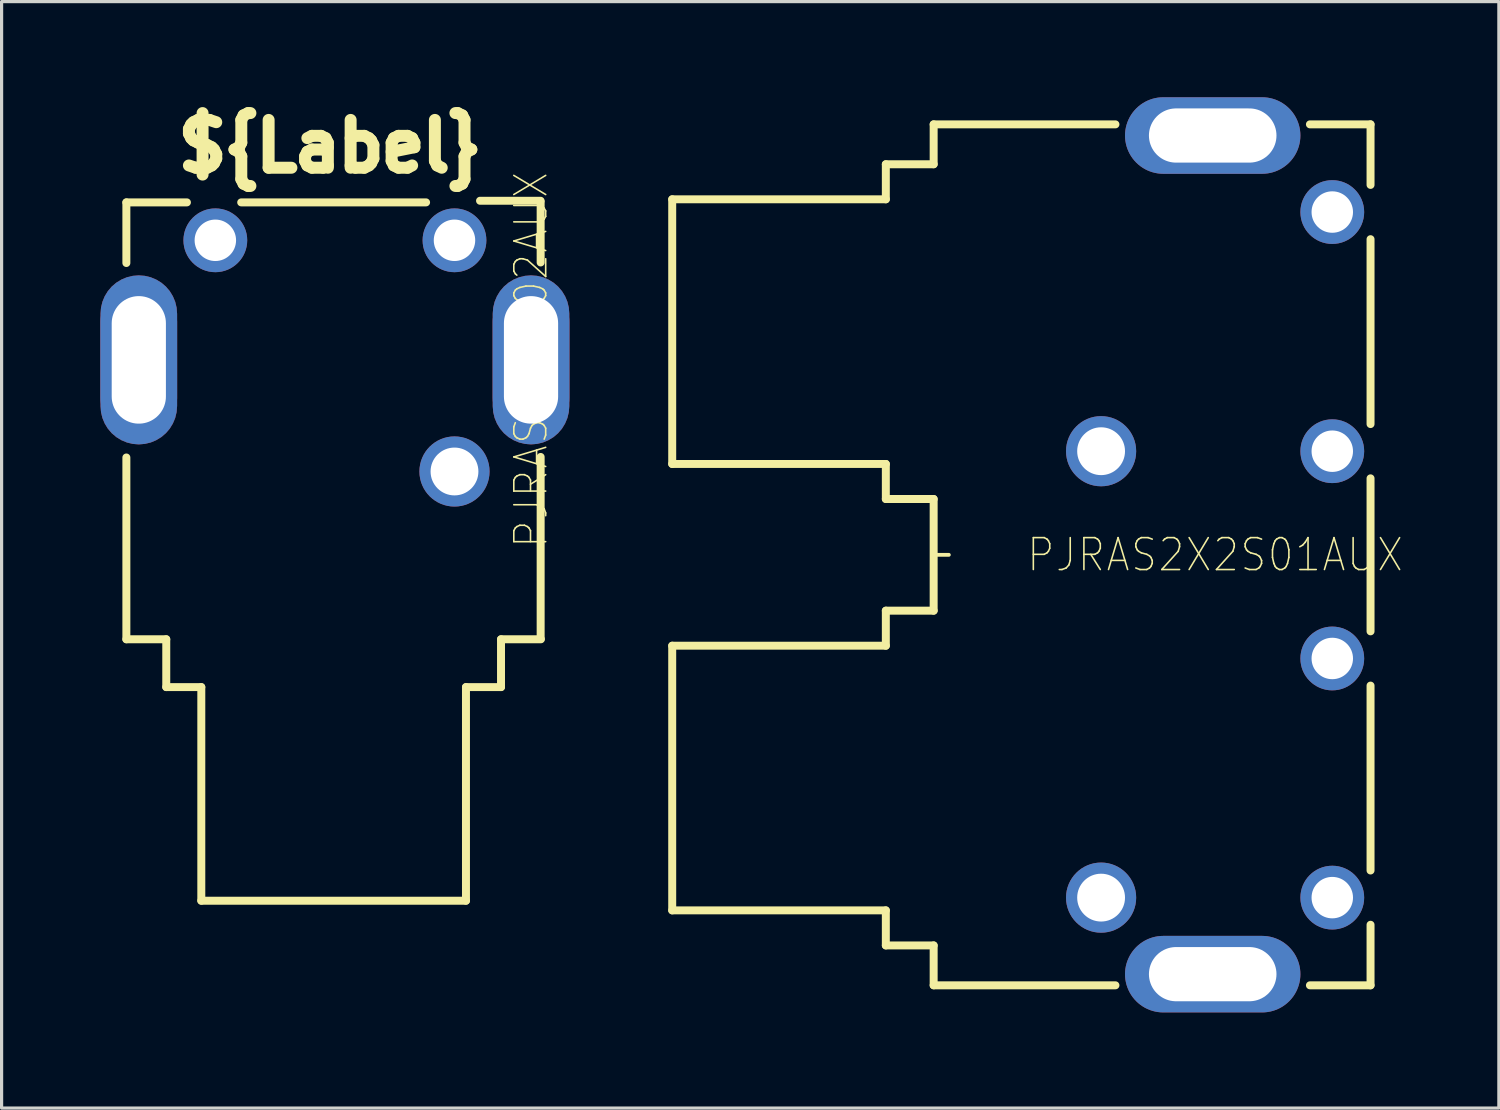
<source format=kicad_pcb>
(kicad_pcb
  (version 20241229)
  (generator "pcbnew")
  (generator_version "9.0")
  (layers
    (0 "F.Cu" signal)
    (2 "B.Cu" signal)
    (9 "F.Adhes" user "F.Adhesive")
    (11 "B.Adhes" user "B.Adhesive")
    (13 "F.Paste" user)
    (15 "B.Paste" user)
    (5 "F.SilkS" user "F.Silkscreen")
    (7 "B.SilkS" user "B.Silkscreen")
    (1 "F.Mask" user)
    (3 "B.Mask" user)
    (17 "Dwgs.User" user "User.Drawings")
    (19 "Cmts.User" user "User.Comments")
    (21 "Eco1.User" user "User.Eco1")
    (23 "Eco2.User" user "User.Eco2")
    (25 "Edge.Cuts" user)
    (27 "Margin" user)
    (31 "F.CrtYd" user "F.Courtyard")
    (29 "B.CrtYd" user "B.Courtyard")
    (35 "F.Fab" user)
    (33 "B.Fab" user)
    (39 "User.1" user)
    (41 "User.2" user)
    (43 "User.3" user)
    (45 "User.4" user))
  (footprint "PJRAS1X2S02AUX"
    (layer "F.Cu")
    (at 7.453 16.986)
    (property "Reference" "PJRAS1X2S02AUX" (at 6.15 -8.75 90) (layer "F.SilkS") (effects (font (size 1 0.9) (thickness 0.05))))
    (attr through_hole)
    (fp_poly (pts (xy -7.349 -7.3) (xy -7.334 -7.112) (xy -7.29 -6.929) (xy -7.218 -6.756) (xy -7.12 -6.595) (xy -6.998 -6.452) (xy -6.855 -6.33) (xy -6.694 -6.232) (xy -6.521 -6.16) (xy -6.338 -6.116) (xy -6.15 -6.101) (xy -5.962 -6.116) (xy -5.779 -6.16) (xy -5.606 -6.232) (xy -5.445 -6.33) (xy -5.302 -6.452) (xy -5.18 -6.595) (xy -5.082 -6.756) (xy -5.01 -6.929) (xy -4.966 -7.112) (xy -4.951 -7.3) (xy -4.951 -10.2) (xy -4.966 -10.388) (xy -5.01 -10.571) (xy -5.082 -10.744) (xy -5.18 -10.905) (xy -5.302 -11.048) (xy -5.445 -11.17) (xy -5.606 -11.268) (xy -5.779 -11.34) (xy -5.962 -11.384) (xy -6.15 -11.399) (xy -6.338 -11.384) (xy -6.521 -11.34) (xy -6.694 -11.268) (xy -6.855 -11.17) (xy -6.998 -11.048) (xy -7.12 -10.905) (xy -7.218 -10.744) (xy -7.29 -10.571) (xy -7.334 -10.388) (xy -7.349 -10.2)) (stroke (width 0.002) (type solid)) (fill yes) (layer "F.Cu"))
    (fp_poly (pts (xy 4.951 -7.3) (xy 4.966 -7.112) (xy 5.01 -6.929) (xy 5.082 -6.756) (xy 5.18 -6.595) (xy 5.302 -6.452) (xy 5.445 -6.33) (xy 5.606 -6.232) (xy 5.779 -6.16) (xy 5.962 -6.116) (xy 6.15 -6.101) (xy 6.338 -6.116) (xy 6.521 -6.16) (xy 6.694 -6.232) (xy 6.855 -6.33) (xy 6.998 -6.452) (xy 7.12 -6.595) (xy 7.218 -6.756) (xy 7.29 -6.929) (xy 7.334 -7.112) (xy 7.349 -7.3) (xy 7.349 -10.2) (xy 7.334 -10.388) (xy 7.29 -10.571) (xy 7.218 -10.744) (xy 7.12 -10.905) (xy 6.998 -11.048) (xy 6.855 -11.17) (xy 6.694 -11.268) (xy 6.521 -11.34) (xy 6.338 -11.384) (xy 6.15 -11.399) (xy 5.962 -11.384) (xy 5.779 -11.34) (xy 5.606 -11.268) (xy 5.445 -11.17) (xy 5.302 -11.048) (xy 5.18 -10.905) (xy 5.082 -10.744) (xy 5.01 -10.571) (xy 4.966 -10.388) (xy 4.951 -10.2)) (stroke (width 0.002) (type solid)) (fill yes) (layer "F.Cu"))
    (fp_poly (pts (xy -7.452 -7.3) (xy -7.436 -7.096) (xy -7.388 -6.898) (xy -7.31 -6.709) (xy -7.203 -6.535) (xy -7.07 -6.38) (xy -6.915 -6.247) (xy -6.741 -6.14) (xy -6.552 -6.062) (xy -6.354 -6.014) (xy -6.15 -5.998) (xy -5.946 -6.014) (xy -5.748 -6.062) (xy -5.559 -6.14) (xy -5.385 -6.247) (xy -5.23 -6.38) (xy -5.097 -6.535) (xy -4.99 -6.709) (xy -4.912 -6.898) (xy -4.864 -7.096) (xy -4.848 -7.3) (xy -4.848 -10.2) (xy -4.864 -10.404) (xy -4.912 -10.602) (xy -4.99 -10.791) (xy -5.097 -10.965) (xy -5.23 -11.12) (xy -5.385 -11.253) (xy -5.559 -11.36) (xy -5.748 -11.438) (xy -5.946 -11.486) (xy -6.15 -11.502) (xy -6.354 -11.486) (xy -6.552 -11.438) (xy -6.741 -11.36) (xy -6.915 -11.253) (xy -7.07 -11.12) (xy -7.203 -10.965) (xy -7.31 -10.791) (xy -7.388 -10.602) (xy -7.436 -10.404) (xy -7.452 -10.2)) (stroke (width 0.002) (type solid)) (fill yes) (layer "F.Mask"))
    (fp_poly (pts (xy 4.848 -7.3) (xy 4.864 -7.096) (xy 4.912 -6.898) (xy 4.99 -6.709) (xy 5.097 -6.535) (xy 5.23 -6.38) (xy 5.385 -6.247) (xy 5.559 -6.14) (xy 5.748 -6.062) (xy 5.946 -6.014) (xy 6.15 -5.998) (xy 6.354 -6.014) (xy 6.552 -6.062) (xy 6.741 -6.14) (xy 6.915 -6.247) (xy 7.07 -6.38) (xy 7.203 -6.535) (xy 7.31 -6.709) (xy 7.388 -6.898) (xy 7.436 -7.096) (xy 7.452 -7.3) (xy 7.452 -10.2) (xy 7.436 -10.404) (xy 7.388 -10.602) (xy 7.31 -10.791) (xy 7.203 -10.965) (xy 7.07 -11.12) (xy 6.915 -11.253) (xy 6.741 -11.36) (xy 6.552 -11.438) (xy 6.354 -11.486) (xy 6.15 -11.502) (xy 5.946 -11.486) (xy 5.748 -11.438) (xy 5.559 -11.36) (xy 5.385 -11.253) (xy 5.23 -11.12) (xy 5.097 -10.965) (xy 4.99 -10.791) (xy 4.912 -10.602) (xy 4.864 -10.404) (xy 4.848 -10.2)) (stroke (width 0.002) (type solid)) (fill yes) (layer "F.Mask"))
    (fp_poly (pts (xy -7.349 -7.3) (xy -7.334 -7.112) (xy -7.29 -6.929) (xy -7.218 -6.756) (xy -7.12 -6.595) (xy -6.998 -6.452) (xy -6.855 -6.33) (xy -6.694 -6.232) (xy -6.521 -6.16) (xy -6.338 -6.116) (xy -6.15 -6.101) (xy -5.962 -6.116) (xy -5.779 -6.16) (xy -5.606 -6.232) (xy -5.445 -6.33) (xy -5.302 -6.452) (xy -5.18 -6.595) (xy -5.082 -6.756) (xy -5.01 -6.929) (xy -4.966 -7.112) (xy -4.951 -7.3) (xy -4.951 -10.2) (xy -4.966 -10.388) (xy -5.01 -10.571) (xy -5.082 -10.744) (xy -5.18 -10.905) (xy -5.302 -11.048) (xy -5.445 -11.17) (xy -5.606 -11.268) (xy -5.779 -11.34) (xy -5.962 -11.384) (xy -6.15 -11.399) (xy -6.338 -11.384) (xy -6.521 -11.34) (xy -6.694 -11.268) (xy -6.855 -11.17) (xy -6.998 -11.048) (xy -7.12 -10.905) (xy -7.218 -10.744) (xy -7.29 -10.571) (xy -7.334 -10.388) (xy -7.349 -10.2)) (stroke (width 0.002) (type solid)) (fill yes) (layer "B.Cu"))
    (fp_poly (pts (xy 4.951 -7.3) (xy 4.966 -7.112) (xy 5.01 -6.929) (xy 5.082 -6.756) (xy 5.18 -6.595) (xy 5.302 -6.452) (xy 5.445 -6.33) (xy 5.606 -6.232) (xy 5.779 -6.16) (xy 5.962 -6.116) (xy 6.15 -6.101) (xy 6.338 -6.116) (xy 6.521 -6.16) (xy 6.694 -6.232) (xy 6.855 -6.33) (xy 6.998 -6.452) (xy 7.12 -6.595) (xy 7.218 -6.756) (xy 7.29 -6.929) (xy 7.334 -7.112) (xy 7.349 -7.3) (xy 7.349 -10.2) (xy 7.334 -10.388) (xy 7.29 -10.571) (xy 7.218 -10.744) (xy 7.12 -10.905) (xy 6.998 -11.048) (xy 6.855 -11.17) (xy 6.694 -11.268) (xy 6.521 -11.34) (xy 6.338 -11.384) (xy 6.15 -11.399) (xy 5.962 -11.384) (xy 5.779 -11.34) (xy 5.606 -11.268) (xy 5.445 -11.17) (xy 5.302 -11.048) (xy 5.18 -10.905) (xy 5.082 -10.744) (xy 5.01 -10.571) (xy 4.966 -10.388) (xy 4.951 -10.2)) (stroke (width 0.002) (type solid)) (fill yes) (layer "B.Cu"))
    (fp_poly (pts (xy -7.452 -7.3) (xy -7.436 -7.096) (xy -7.388 -6.898) (xy -7.31 -6.709) (xy -7.203 -6.535) (xy -7.07 -6.38) (xy -6.915 -6.247) (xy -6.741 -6.14) (xy -6.552 -6.062) (xy -6.354 -6.014) (xy -6.15 -5.998) (xy -5.946 -6.014) (xy -5.748 -6.062) (xy -5.559 -6.14) (xy -5.385 -6.247) (xy -5.23 -6.38) (xy -5.097 -6.535) (xy -4.99 -6.709) (xy -4.912 -6.898) (xy -4.864 -7.096) (xy -4.848 -7.3) (xy -4.848 -10.2) (xy -4.864 -10.404) (xy -4.912 -10.602) (xy -4.99 -10.791) (xy -5.097 -10.965) (xy -5.23 -11.12) (xy -5.385 -11.253) (xy -5.559 -11.36) (xy -5.748 -11.438) (xy -5.946 -11.486) (xy -6.15 -11.502) (xy -6.354 -11.486) (xy -6.552 -11.438) (xy -6.741 -11.36) (xy -6.915 -11.253) (xy -7.07 -11.12) (xy -7.203 -10.965) (xy -7.31 -10.791) (xy -7.388 -10.602) (xy -7.436 -10.404) (xy -7.452 -10.2)) (stroke (width 0.002) (type solid)) (fill yes) (layer "B.Mask"))
    (fp_poly (pts (xy 4.848 -7.3) (xy 4.864 -7.096) (xy 4.912 -6.898) (xy 4.99 -6.709) (xy 5.097 -6.535) (xy 5.23 -6.38) (xy 5.385 -6.247) (xy 5.559 -6.14) (xy 5.748 -6.062) (xy 5.946 -6.014) (xy 6.15 -5.998) (xy 6.354 -6.014) (xy 6.552 -6.062) (xy 6.741 -6.14) (xy 6.915 -6.247) (xy 7.07 -6.38) (xy 7.203 -6.535) (xy 7.31 -6.709) (xy 7.388 -6.898) (xy 7.436 -7.096) (xy 7.452 -7.3) (xy 7.452 -10.2) (xy 7.436 -10.404) (xy 7.388 -10.602) (xy 7.31 -10.791) (xy 7.203 -10.965) (xy 7.07 -11.12) (xy 6.915 -11.253) (xy 6.741 -11.36) (xy 6.552 -11.438) (xy 6.354 -11.486) (xy 6.15 -11.502) (xy 5.946 -11.486) (xy 5.748 -11.438) (xy 5.559 -11.36) (xy 5.385 -11.253) (xy 5.23 -11.12) (xy 5.097 -10.965) (xy 4.99 -10.791) (xy 4.912 -10.602) (xy 4.864 -10.404) (xy 4.848 -10.2)) (stroke (width 0.002) (type solid)) (fill yes) (layer "B.Mask"))
    (fp_line (start -6.54 -13.689) (end -4.641 -13.689) (stroke (width 0.25) (type solid)) (layer "F.SilkS"))
    (fp_line (start -6.54 -11.788) (end -6.54 -13.689) (stroke (width 0.25) (type solid)) (layer "F.SilkS"))
    (fp_line (start -6.54 0.012) (end -6.54 -5.689) (stroke (width 0.25) (type solid)) (layer "F.SilkS"))
    (fp_line (start -5.289 0.012) (end -6.54 0.012) (stroke (width 0.25) (type solid)) (layer "F.SilkS"))
    (fp_line (start -5.289 1.512) (end -5.289 0.012) (stroke (width 0.25) (type solid)) (layer "F.SilkS"))
    (fp_line (start -4.19 1.512) (end -5.289 1.512) (stroke (width 0.25) (type solid)) (layer "F.SilkS"))
    (fp_line (start -4.19 8.211) (end -4.19 1.512) (stroke (width 0.25) (type solid)) (layer "F.SilkS"))
    (fp_line (start -4.19 8.211) (end 4.11 8.211) (stroke (width 0.25) (type solid)) (layer "F.SilkS"))
    (fp_line (start 2.859 -13.689) (end -2.939 -13.689) (stroke (width 0.25) (type solid)) (layer "F.SilkS"))
    (fp_line (start 4.11 8.211) (end 4.11 1.512) (stroke (width 0.25) (type solid)) (layer "F.SilkS"))
    (fp_line (start 4.551 -13.74) (end 6.45 -13.74) (stroke (width 0.25) (type solid)) (layer "F.SilkS"))
    (fp_line (start 5.209 0.012) (end 6.46 0.012) (stroke (width 0.25) (type solid)) (layer "F.SilkS"))
    (fp_line (start 5.209 1.512) (end 4.11 1.512) (stroke (width 0.25) (type solid)) (layer "F.SilkS"))
    (fp_line (start 5.209 1.512) (end 5.209 0.012) (stroke (width 0.25) (type solid)) (layer "F.SilkS"))
    (fp_line (start 6.452 -11.805) (end 6.452 -13.706) (stroke (width 0.25) (type solid)) (layer "F.SilkS"))
    (fp_line (start 6.452 -0.005) (end 6.452 -5.706) (stroke (width 0.25) (type solid)) (layer "F.SilkS"))
    (fp_text user "${Label}" (at -0.15 -15.45 0) (layer "F.SilkS") (effects (font (size 1.5 1.5) (thickness 0.375))))
    (pad "1" thru_hole oval (at -6.15 -8.75 90) (size 4.8 2.4) (drill oval 4 1.7) (layers "*.Cu" "*.Mask"))
    (pad "1S" thru_hole circle (at 3.75 -5.25 90) (size 2.2 2.2) (drill 1.5) (layers "*.Cu" "*.Mask"))
    (pad "1T1" thru_hole circle (at -3.75 -12.5 90) (size 2 2) (drill 1.3) (layers "*.Cu" "*.Mask"))
    (pad "1T2" thru_hole circle (at 3.75 -12.5 90) (size 2 2) (drill 1.3) (layers "*.Cu" "*.Mask"))
    (pad "2" thru_hole oval (at 6.15 -8.75 90) (size 4.8 2.4) (drill oval 4 1.7) (layers "*.Cu" "*.Mask")))
  (footprint "PJRAS2X2S01AUX"
    (layer "F.Cu")
    (at 35.056 14.35)
    (property "Reference" "PJRAS2X2S01AUX" (at 0 0 0) (layer "F.SilkS") (effects (font (size 1 0.9) (thickness 0.05))))
    (attr through_hole)
    (fp_line (start -17.025 -11.15) (end -17.025 -2.85) (stroke (width 0.25) (type solid)) (layer "F.SilkS"))
    (fp_line (start -17.025 -11.15) (end -10.326 -11.15) (stroke (width 0.25) (type solid)) (layer "F.SilkS"))
    (fp_line (start -17.025 -2.85) (end -10.326 -2.85) (stroke (width 0.25) (type solid)) (layer "F.SilkS"))
    (fp_line (start -17.025 2.85) (end -17.025 11.15) (stroke (width 0.25) (type solid)) (layer "F.SilkS"))
    (fp_line (start -17.025 11.15) (end -10.326 11.15) (stroke (width 0.25) (type solid)) (layer "F.SilkS"))
    (fp_line (start -10.326 -12.249) (end -8.826 -12.249) (stroke (width 0.25) (type solid)) (layer "F.SilkS"))
    (fp_line (start -10.326 -11.15) (end -10.326 -12.249) (stroke (width 0.25) (type solid)) (layer "F.SilkS"))
    (fp_line (start -10.326 -1.751) (end -10.326 -2.85) (stroke (width 0.25) (type solid)) (layer "F.SilkS"))
    (fp_line (start -10.326 -1.751) (end -8.826 -1.751) (stroke (width 0.25) (type solid)) (layer "F.SilkS"))
    (fp_line (start -10.326 1.751) (end -10.326 2.85) (stroke (width 0.25) (type solid)) (layer "F.SilkS"))
    (fp_line (start -10.326 2.85) (end -17.025 2.85) (stroke (width 0.25) (type solid)) (layer "F.SilkS"))
    (fp_line (start -10.326 11.15) (end -10.326 12.249) (stroke (width 0.25) (type solid)) (layer "F.SilkS"))
    (fp_line (start -10.326 12.249) (end -8.826 12.249) (stroke (width 0.25) (type solid)) (layer "F.SilkS"))
    (fp_line (start -8.826 -13.5) (end -3.125 -13.5) (stroke (width 0.25) (type solid)) (layer "F.SilkS"))
    (fp_line (start -8.826 -12.249) (end -8.826 -13.5) (stroke (width 0.25) (type solid)) (layer "F.SilkS"))
    (fp_line (start -8.826 -1.751) (end -8.826 1.751) (stroke (width 0.25) (type solid)) (layer "F.SilkS"))
    (fp_line (start -8.826 0) (end -8.35 0) (stroke (width 0.12) (type solid)) (layer "F.SilkS"))
    (fp_line (start -8.826 1.751) (end -10.326 1.751) (stroke (width 0.25) (type solid)) (layer "F.SilkS"))
    (fp_line (start -8.826 12.249) (end -8.826 13.5) (stroke (width 0.25) (type solid)) (layer "F.SilkS"))
    (fp_line (start -8.826 13.5) (end -3.125 13.5) (stroke (width 0.25) (type solid)) (layer "F.SilkS"))
    (fp_line (start 2.974 -13.5) (end 4.875 -13.5) (stroke (width 0.25) (type solid)) (layer "F.SilkS"))
    (fp_line (start 2.974 13.5) (end 4.875 13.5) (stroke (width 0.25) (type solid)) (layer "F.SilkS"))
    (fp_line (start 4.875 -13.5) (end 4.875 -11.601) (stroke (width 0.25) (type solid)) (layer "F.SilkS"))
    (fp_line (start 4.875 -4.101) (end 4.875 -9.899) (stroke (width 0.25) (type solid)) (layer "F.SilkS"))
    (fp_line (start 4.875 2.399) (end 4.875 -2.399) (stroke (width 0.25) (type solid)) (layer "F.SilkS"))
    (fp_line (start 4.875 9.899) (end 4.875 4.101) (stroke (width 0.25) (type solid)) (layer "F.SilkS"))
    (fp_line (start 4.875 11.601) (end 4.875 13.5) (stroke (width 0.25) (type solid)) (layer "F.SilkS"))
    (pad "1" thru_hole oval (at -0.075 -13.15) (size 5.5 2.4) (drill oval 4 1.7) (layers "*.Cu" "*.Mask"))
    (pad "1S" thru_hole circle (at -3.575 -3.25) (size 2.2 2.2) (drill 1.5) (layers "*.Cu" "*.Mask"))
    (pad "1T1" thru_hole circle (at 3.675 -10.75) (size 2 2) (drill 1.3) (layers "*.Cu" "*.Mask"))
    (pad "1T2" thru_hole circle (at 3.675 -3.25) (size 2 2) (drill 1.3) (layers "*.Cu" "*.Mask"))
    (pad "2" thru_hole oval (at -0.075 13.15) (size 5.5 2.4) (drill oval 4 1.7) (layers "*.Cu" "*.Mask"))
    (pad "2S" thru_hole circle (at -3.575 10.75) (size 2.2 2.2) (drill 1.5) (layers "*.Cu" "*.Mask"))
    (pad "2T1" thru_hole circle (at 3.675 3.25) (size 2 2) (drill 1.3) (layers "*.Cu" "*.Mask"))
    (pad "2T2" thru_hole circle (at 3.675 10.75) (size 2 2) (drill 1.3) (layers "*.Cu" "*.Mask")))
  (gr_rect
    (start -3 -3)
    (end 43.955 31.7)
    (stroke (width 0.1) (type default))
    (fill no)
    (layer "Edge.Cuts")))
</source>
